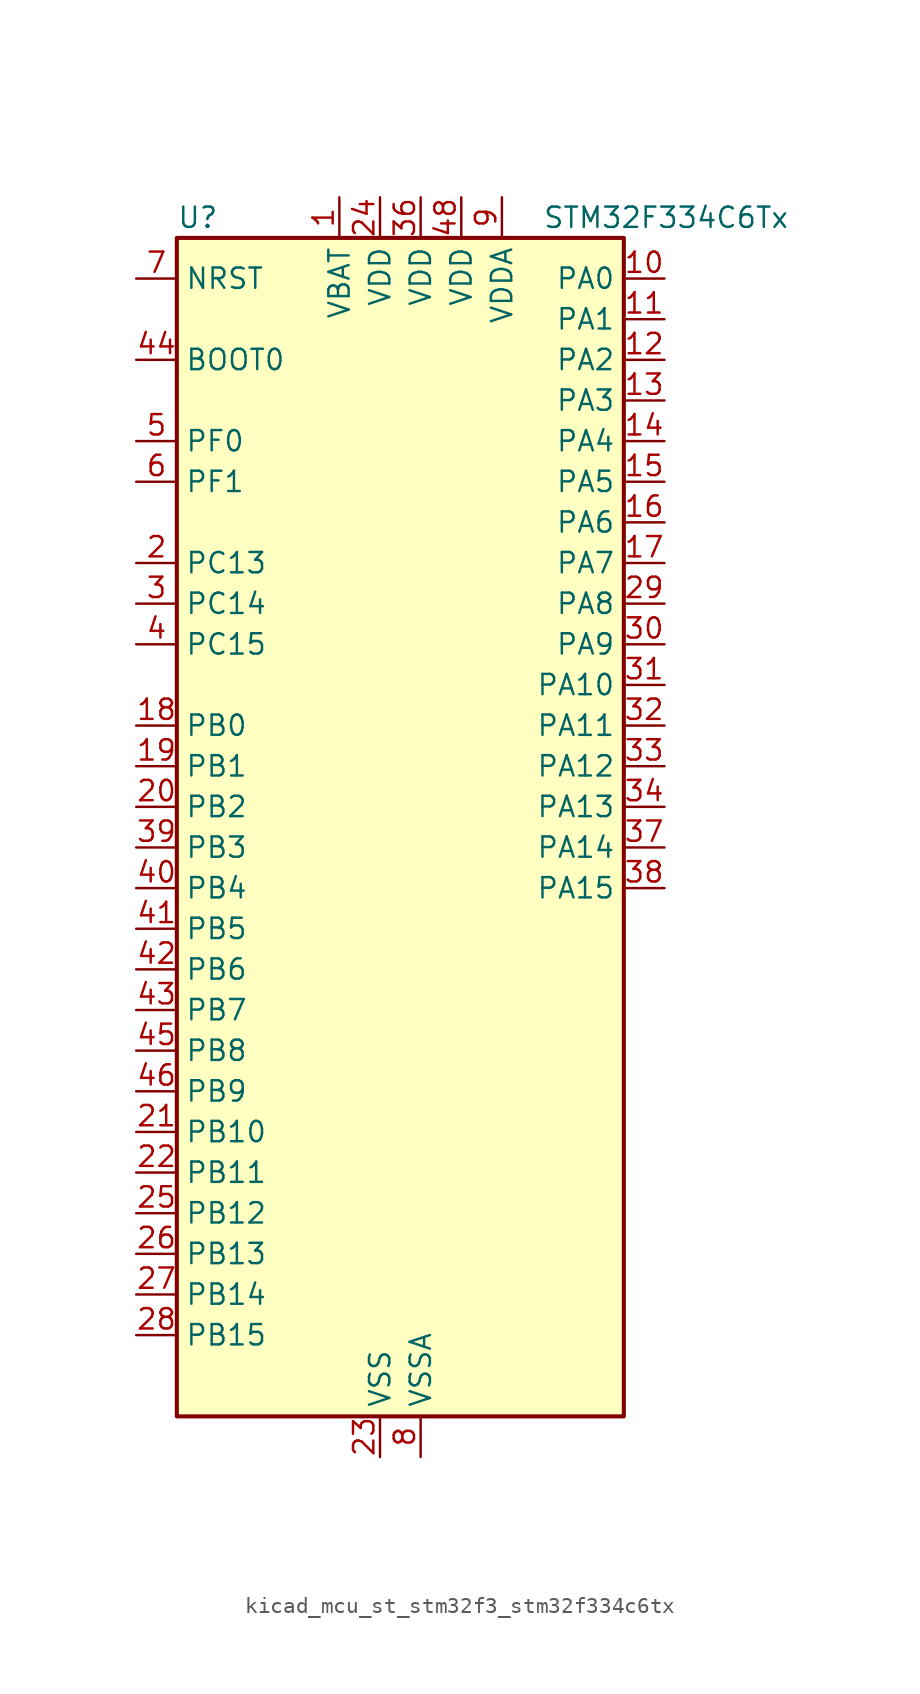
<source format=kicad_sym>
(kicad_symbol_lib
  (version 20220914)
  (generator kicad_symbol_editor)
  (symbol "kicad_mcu_st_stm32f3_stm32f334c6tx"
    (property "Reference" "U"
      (at -12.7 39.37 0)
      (effects (font (size 1.27 1.27)) (justify left)))
    (property "Value" "STM32F334C6Tx"
      (at 10.16 39.37 0)
      (effects (font (size 1.27 1.27)) (justify left)))
    (property "ki_locked" ""
      (at 0 0 0)
      (effects (font (size 1.27 1.27))))
    (symbol "kicad_mcu_st_stm32f3_stm32f334c6tx_0_1"
      (rectangle (start -12.7 -35.56) (end 15.24 38.1) (stroke (width 0.254) (type default)) (fill (type background))))
    (symbol "kicad_mcu_st_stm32f3_stm32f334c6tx_1_1"
      (pin power_in line (at -2.54 40.64 270) (length 2.54) (name "VBAT" (effects (font (size 1.27 1.27)))) (number "1" (effects (font (size 1.27 1.27)))))
      (pin bidirectional line (at 17.78 35.56 180) (length 2.54) (name "PA0" (effects (font (size 1.27 1.27)))) (number "10" (effects (font (size 1.27 1.27)))) (alternate "ADC1_IN1" bidirectional line) (alternate "RTC_TAMP2" bidirectional line) (alternate "SYS_WKUP1" bidirectional line) (alternate "TIM2_CH1" bidirectional line) (alternate "TIM2_ETR" bidirectional line) (alternate "TSC_G1_IO1" bidirectional line) (alternate "USART2_CTS" bidirectional line))
      (pin bidirectional line (at 17.78 33.02 180) (length 2.54) (name "PA1" (effects (font (size 1.27 1.27)))) (number "11" (effects (font (size 1.27 1.27)))) (alternate "ADC1_IN2" bidirectional line) (alternate "RTC_REFIN" bidirectional line) (alternate "TIM15_CH1N" bidirectional line) (alternate "TIM2_CH2" bidirectional line) (alternate "TSC_G1_IO2" bidirectional line) (alternate "USART2_DE" bidirectional line) (alternate "USART2_RTS" bidirectional line))
      (pin bidirectional line (at 17.78 30.48 180) (length 2.54) (name "PA2" (effects (font (size 1.27 1.27)))) (number "12" (effects (font (size 1.27 1.27)))) (alternate "ADC1_IN3" bidirectional line) (alternate "COMP2_INM" bidirectional line) (alternate "COMP2_OUT" bidirectional line) (alternate "TIM15_CH1" bidirectional line) (alternate "TIM2_CH3" bidirectional line) (alternate "TSC_G1_IO3" bidirectional line) (alternate "USART2_TX" bidirectional line))
      (pin bidirectional line (at 17.78 27.94 180) (length 2.54) (name "PA3" (effects (font (size 1.27 1.27)))) (number "13" (effects (font (size 1.27 1.27)))) (alternate "ADC1_IN4" bidirectional line) (alternate "TIM15_CH2" bidirectional line) (alternate "TIM2_CH4" bidirectional line) (alternate "TSC_G1_IO4" bidirectional line) (alternate "USART2_RX" bidirectional line))
      (pin bidirectional line (at 17.78 25.4 180) (length 2.54) (name "PA4" (effects (font (size 1.27 1.27)))) (number "14" (effects (font (size 1.27 1.27)))) (alternate "ADC2_IN1" bidirectional line) (alternate "COMP2_INM" bidirectional line) (alternate "COMP4_INM" bidirectional line) (alternate "COMP6_INM" bidirectional line) (alternate "DAC1_OUT1" bidirectional line) (alternate "SPI1_NSS" bidirectional line) (alternate "TIM3_CH2" bidirectional line) (alternate "TSC_G2_IO1" bidirectional line) (alternate "USART2_CK" bidirectional line))
      (pin bidirectional line (at 17.78 22.86 180) (length 2.54) (name "PA5" (effects (font (size 1.27 1.27)))) (number "15" (effects (font (size 1.27 1.27)))) (alternate "ADC2_IN2" bidirectional line) (alternate "DAC1_OUT2" bidirectional line) (alternate "OPAMP2_VINM" bidirectional line) (alternate "OPAMP2_VINM_SEC" bidirectional line) (alternate "SPI1_SCK" bidirectional line) (alternate "TIM2_CH1" bidirectional line) (alternate "TIM2_ETR" bidirectional line) (alternate "TSC_G2_IO2" bidirectional line))
      (pin bidirectional line (at 17.78 20.32 180) (length 2.54) (name "PA6" (effects (font (size 1.27 1.27)))) (number "16" (effects (font (size 1.27 1.27)))) (alternate "ADC2_IN3" bidirectional line) (alternate "DAC2_OUT1" bidirectional line) (alternate "OPAMP2_DIG" bidirectional line) (alternate "OPAMP2_VOUT" bidirectional line) (alternate "SPI1_MISO" bidirectional line) (alternate "TIM16_CH1" bidirectional line) (alternate "TIM1_BKIN" bidirectional line) (alternate "TIM3_CH1" bidirectional line) (alternate "TSC_G2_IO3" bidirectional line))
      (pin bidirectional line (at 17.78 17.78 180) (length 2.54) (name "PA7" (effects (font (size 1.27 1.27)))) (number "17" (effects (font (size 1.27 1.27)))) (alternate "ADC2_IN4" bidirectional line) (alternate "COMP2_INP" bidirectional line) (alternate "OPAMP2_VINP" bidirectional line) (alternate "OPAMP2_VINP_SEC" bidirectional line) (alternate "SPI1_MOSI" bidirectional line) (alternate "TIM17_CH1" bidirectional line) (alternate "TIM1_CH1N" bidirectional line) (alternate "TIM3_CH2" bidirectional line) (alternate "TSC_G2_IO4" bidirectional line))
      (pin bidirectional line (at -15.24 7.62 0) (length 2.54) (name "PB0" (effects (font (size 1.27 1.27)))) (number "18" (effects (font (size 1.27 1.27)))) (alternate "ADC1_IN11" bidirectional line) (alternate "COMP4_INP" bidirectional line) (alternate "OPAMP2_VINP" bidirectional line) (alternate "OPAMP2_VINP_SEC" bidirectional line) (alternate "TIM1_CH2N" bidirectional line) (alternate "TIM3_CH3" bidirectional line) (alternate "TSC_G3_IO2" bidirectional line))
      (pin bidirectional line (at -15.24 5.08 0) (length 2.54) (name "PB1" (effects (font (size 1.27 1.27)))) (number "19" (effects (font (size 1.27 1.27)))) (alternate "ADC1_IN12" bidirectional line) (alternate "COMP4_OUT" bidirectional line) (alternate "HRTIM1_SCOUT" bidirectional line) (alternate "TIM1_CH3N" bidirectional line) (alternate "TIM3_CH4" bidirectional line) (alternate "TSC_G3_IO3" bidirectional line))
      (pin bidirectional line (at -15.24 17.78 0) (length 2.54) (name "PC13" (effects (font (size 1.27 1.27)))) (number "2" (effects (font (size 1.27 1.27)))) (alternate "RTC_OUT_ALARM" bidirectional line) (alternate "RTC_OUT_CALIB" bidirectional line) (alternate "RTC_TAMP1" bidirectional line) (alternate "RTC_TS" bidirectional line) (alternate "SYS_WKUP2" bidirectional line) (alternate "TIM1_CH1N" bidirectional line))
      (pin bidirectional line (at -15.24 2.54 0) (length 2.54) (name "PB2" (effects (font (size 1.27 1.27)))) (number "20" (effects (font (size 1.27 1.27)))) (alternate "ADC2_IN12" bidirectional line) (alternate "COMP4_INM" bidirectional line) (alternate "HRTIM1_SCIN" bidirectional line) (alternate "TSC_G3_IO4" bidirectional line))
      (pin bidirectional line (at -15.24 -17.78 0) (length 2.54) (name "PB10" (effects (font (size 1.27 1.27)))) (number "21" (effects (font (size 1.27 1.27)))) (alternate "HRTIM1_FLT3" bidirectional line) (alternate "TIM2_CH3" bidirectional line) (alternate "TSC_SYNC" bidirectional line) (alternate "USART3_TX" bidirectional line))
      (pin bidirectional line (at -15.24 -20.32 0) (length 2.54) (name "PB11" (effects (font (size 1.27 1.27)))) (number "22" (effects (font (size 1.27 1.27)))) (alternate "ADC1_EXTI11" bidirectional line) (alternate "ADC2_EXTI11" bidirectional line) (alternate "COMP6_INP" bidirectional line) (alternate "HRTIM1_FLT4" bidirectional line) (alternate "TIM2_CH4" bidirectional line) (alternate "TSC_G6_IO1" bidirectional line) (alternate "USART3_RX" bidirectional line))
      (pin power_in line (at 0 -38.1 90) (length 2.54) (name "VSS" (effects (font (size 1.27 1.27)))) (number "23" (effects (font (size 1.27 1.27)))))
      (pin power_in line (at 0 40.64 270) (length 2.54) (name "VDD" (effects (font (size 1.27 1.27)))) (number "24" (effects (font (size 1.27 1.27)))))
      (pin bidirectional line (at -15.24 -22.86 0) (length 2.54) (name "PB12" (effects (font (size 1.27 1.27)))) (number "25" (effects (font (size 1.27 1.27)))) (alternate "ADC2_IN13" bidirectional line) (alternate "HRTIM1_CHC1" bidirectional line) (alternate "TIM1_BKIN" bidirectional line) (alternate "TSC_G6_IO2" bidirectional line) (alternate "USART3_CK" bidirectional line))
      (pin bidirectional line (at -15.24 -25.4 0) (length 2.54) (name "PB13" (effects (font (size 1.27 1.27)))) (number "26" (effects (font (size 1.27 1.27)))) (alternate "ADC1_IN13" bidirectional line) (alternate "HRTIM1_CHC2" bidirectional line) (alternate "TIM1_CH1N" bidirectional line) (alternate "TSC_G6_IO3" bidirectional line) (alternate "USART3_CTS" bidirectional line))
      (pin bidirectional line (at -15.24 -27.94 0) (length 2.54) (name "PB14" (effects (font (size 1.27 1.27)))) (number "27" (effects (font (size 1.27 1.27)))) (alternate "ADC2_IN14" bidirectional line) (alternate "HRTIM1_CHD1" bidirectional line) (alternate "OPAMP2_VINP" bidirectional line) (alternate "OPAMP2_VINP_SEC" bidirectional line) (alternate "TIM15_CH1" bidirectional line) (alternate "TIM1_CH2N" bidirectional line) (alternate "TSC_G6_IO4" bidirectional line) (alternate "USART3_DE" bidirectional line) (alternate "USART3_RTS" bidirectional line))
      (pin bidirectional line (at -15.24 -30.48 0) (length 2.54) (name "PB15" (effects (font (size 1.27 1.27)))) (number "28" (effects (font (size 1.27 1.27)))) (alternate "ADC1_EXTI15" bidirectional line) (alternate "ADC2_EXTI15" bidirectional line) (alternate "ADC2_IN15" bidirectional line) (alternate "COMP6_INM" bidirectional line) (alternate "HRTIM1_CHD2" bidirectional line) (alternate "RTC_REFIN" bidirectional line) (alternate "TIM15_CH1N" bidirectional line) (alternate "TIM15_CH2" bidirectional line) (alternate "TIM1_CH3N" bidirectional line))
      (pin bidirectional line (at 17.78 15.24 180) (length 2.54) (name "PA8" (effects (font (size 1.27 1.27)))) (number "29" (effects (font (size 1.27 1.27)))) (alternate "HRTIM1_CHA1" bidirectional line) (alternate "RCC_MCO" bidirectional line) (alternate "TIM1_CH1" bidirectional line) (alternate "USART1_CK" bidirectional line))
      (pin bidirectional line (at -15.24 15.24 0) (length 2.54) (name "PC14" (effects (font (size 1.27 1.27)))) (number "3" (effects (font (size 1.27 1.27)))) (alternate "RCC_OSC32_IN" bidirectional line))
      (pin bidirectional line (at 17.78 12.7 180) (length 2.54) (name "PA9" (effects (font (size 1.27 1.27)))) (number "30" (effects (font (size 1.27 1.27)))) (alternate "DAC1_EXTI9" bidirectional line) (alternate "DAC2_EXTI9" bidirectional line) (alternate "HRTIM1_CHA2" bidirectional line) (alternate "TIM15_BKIN" bidirectional line) (alternate "TIM1_CH2" bidirectional line) (alternate "TIM2_CH3" bidirectional line) (alternate "TSC_G4_IO1" bidirectional line) (alternate "USART1_TX" bidirectional line))
      (pin bidirectional line (at 17.78 10.16 180) (length 2.54) (name "PA10" (effects (font (size 1.27 1.27)))) (number "31" (effects (font (size 1.27 1.27)))) (alternate "COMP6_OUT" bidirectional line) (alternate "HRTIM1_CHB1" bidirectional line) (alternate "TIM17_BKIN" bidirectional line) (alternate "TIM1_CH3" bidirectional line) (alternate "TIM2_CH4" bidirectional line) (alternate "TSC_G4_IO2" bidirectional line) (alternate "USART1_RX" bidirectional line))
      (pin bidirectional line (at 17.78 7.62 180) (length 2.54) (name "PA11" (effects (font (size 1.27 1.27)))) (number "32" (effects (font (size 1.27 1.27)))) (alternate "ADC1_EXTI11" bidirectional line) (alternate "ADC2_EXTI11" bidirectional line) (alternate "CAN_RX" bidirectional line) (alternate "HRTIM1_CHB2" bidirectional line) (alternate "TIM1_BKIN2" bidirectional line) (alternate "TIM1_CH1N" bidirectional line) (alternate "TIM1_CH4" bidirectional line) (alternate "USART1_CTS" bidirectional line))
      (pin bidirectional line (at 17.78 5.08 180) (length 2.54) (name "PA12" (effects (font (size 1.27 1.27)))) (number "33" (effects (font (size 1.27 1.27)))) (alternate "CAN_TX" bidirectional line) (alternate "COMP2_OUT" bidirectional line) (alternate "HRTIM1_FLT1" bidirectional line) (alternate "TIM16_CH1" bidirectional line) (alternate "TIM1_CH2N" bidirectional line) (alternate "TIM1_ETR" bidirectional line) (alternate "USART1_DE" bidirectional line) (alternate "USART1_RTS" bidirectional line))
      (pin bidirectional line (at 17.78 2.54 180) (length 2.54) (name "PA13" (effects (font (size 1.27 1.27)))) (number "34" (effects (font (size 1.27 1.27)))) (alternate "IR_OUT" bidirectional line) (alternate "SYS_JTMS-SWDIO" bidirectional line) (alternate "TIM16_CH1N" bidirectional line) (alternate "TSC_G4_IO3" bidirectional line) (alternate "USART3_CTS" bidirectional line))
      (pin passive line (at 0 -38.1 90) (length 2.54) hide (name "VSS" (effects (font (size 1.27 1.27)))) (number "35" (effects (font (size 1.27 1.27)))))
      (pin power_in line (at 2.54 40.64 270) (length 2.54) (name "VDD" (effects (font (size 1.27 1.27)))) (number "36" (effects (font (size 1.27 1.27)))))
      (pin bidirectional line (at 17.78 0 180) (length 2.54) (name "PA14" (effects (font (size 1.27 1.27)))) (number "37" (effects (font (size 1.27 1.27)))) (alternate "I2C1_SDA" bidirectional line) (alternate "SYS_JTCK-SWCLK" bidirectional line) (alternate "TIM1_BKIN" bidirectional line) (alternate "TSC_G4_IO4" bidirectional line) (alternate "USART2_TX" bidirectional line))
      (pin bidirectional line (at 17.78 -2.54 180) (length 2.54) (name "PA15" (effects (font (size 1.27 1.27)))) (number "38" (effects (font (size 1.27 1.27)))) (alternate "ADC1_EXTI15" bidirectional line) (alternate "ADC2_EXTI15" bidirectional line) (alternate "HRTIM1_FLT2" bidirectional line) (alternate "I2C1_SCL" bidirectional line) (alternate "SPI1_NSS" bidirectional line) (alternate "SYS_JTDI" bidirectional line) (alternate "TIM1_BKIN" bidirectional line) (alternate "TIM2_CH1" bidirectional line) (alternate "TIM2_ETR" bidirectional line) (alternate "TSC_SYNC" bidirectional line) (alternate "USART2_RX" bidirectional line))
      (pin bidirectional line (at -15.24 0 0) (length 2.54) (name "PB3" (effects (font (size 1.27 1.27)))) (number "39" (effects (font (size 1.27 1.27)))) (alternate "HRTIM1_EEV9" bidirectional line) (alternate "HRTIM1_SCOUT" bidirectional line) (alternate "SPI1_SCK" bidirectional line) (alternate "SYS_JTDO-TRACESWO" bidirectional line) (alternate "TIM2_CH2" bidirectional line) (alternate "TIM3_ETR" bidirectional line) (alternate "TSC_G5_IO1" bidirectional line) (alternate "USART2_TX" bidirectional line))
      (pin bidirectional line (at -15.24 12.7 0) (length 2.54) (name "PC15" (effects (font (size 1.27 1.27)))) (number "4" (effects (font (size 1.27 1.27)))) (alternate "ADC1_EXTI15" bidirectional line) (alternate "ADC2_EXTI15" bidirectional line) (alternate "RCC_OSC32_OUT" bidirectional line))
      (pin bidirectional line (at -15.24 -2.54 0) (length 2.54) (name "PB4" (effects (font (size 1.27 1.27)))) (number "40" (effects (font (size 1.27 1.27)))) (alternate "HRTIM1_EEV7" bidirectional line) (alternate "SPI1_MISO" bidirectional line) (alternate "SYS_NJTRST" bidirectional line) (alternate "TIM16_CH1" bidirectional line) (alternate "TIM17_BKIN" bidirectional line) (alternate "TIM3_CH1" bidirectional line) (alternate "TSC_G5_IO2" bidirectional line) (alternate "USART2_RX" bidirectional line))
      (pin bidirectional line (at -15.24 -5.08 0) (length 2.54) (name "PB5" (effects (font (size 1.27 1.27)))) (number "41" (effects (font (size 1.27 1.27)))) (alternate "HRTIM1_EEV6" bidirectional line) (alternate "I2C1_SMBA" bidirectional line) (alternate "SPI1_MOSI" bidirectional line) (alternate "TIM16_BKIN" bidirectional line) (alternate "TIM17_CH1" bidirectional line) (alternate "TIM3_CH2" bidirectional line) (alternate "USART2_CK" bidirectional line))
      (pin bidirectional line (at -15.24 -7.62 0) (length 2.54) (name "PB6" (effects (font (size 1.27 1.27)))) (number "42" (effects (font (size 1.27 1.27)))) (alternate "HRTIM1_EEV4" bidirectional line) (alternate "HRTIM1_SCIN" bidirectional line) (alternate "I2C1_SCL" bidirectional line) (alternate "TIM16_CH1N" bidirectional line) (alternate "TSC_G5_IO3" bidirectional line) (alternate "USART1_TX" bidirectional line))
      (pin bidirectional line (at -15.24 -10.16 0) (length 2.54) (name "PB7" (effects (font (size 1.27 1.27)))) (number "43" (effects (font (size 1.27 1.27)))) (alternate "HRTIM1_EEV3" bidirectional line) (alternate "I2C1_SDA" bidirectional line) (alternate "TIM17_CH1N" bidirectional line) (alternate "TIM3_CH4" bidirectional line) (alternate "TSC_G5_IO4" bidirectional line) (alternate "USART1_RX" bidirectional line))
      (pin input line (at -15.24 30.48 0) (length 2.54) (name "BOOT0" (effects (font (size 1.27 1.27)))) (number "44" (effects (font (size 1.27 1.27)))))
      (pin bidirectional line (at -15.24 -12.7 0) (length 2.54) (name "PB8" (effects (font (size 1.27 1.27)))) (number "45" (effects (font (size 1.27 1.27)))) (alternate "CAN_RX" bidirectional line) (alternate "HRTIM1_EEV8" bidirectional line) (alternate "I2C1_SCL" bidirectional line) (alternate "TIM16_CH1" bidirectional line) (alternate "TIM1_BKIN" bidirectional line) (alternate "TSC_SYNC" bidirectional line) (alternate "USART3_RX" bidirectional line))
      (pin bidirectional line (at -15.24 -15.24 0) (length 2.54) (name "PB9" (effects (font (size 1.27 1.27)))) (number "46" (effects (font (size 1.27 1.27)))) (alternate "CAN_TX" bidirectional line) (alternate "COMP2_OUT" bidirectional line) (alternate "DAC1_EXTI9" bidirectional line) (alternate "DAC2_EXTI9" bidirectional line) (alternate "HRTIM1_EEV5" bidirectional line) (alternate "I2C1_SDA" bidirectional line) (alternate "IR_OUT" bidirectional line) (alternate "TIM17_CH1" bidirectional line) (alternate "USART3_TX" bidirectional line))
      (pin passive line (at 0 -38.1 90) (length 2.54) hide (name "VSS" (effects (font (size 1.27 1.27)))) (number "47" (effects (font (size 1.27 1.27)))))
      (pin power_in line (at 5.08 40.64 270) (length 2.54) (name "VDD" (effects (font (size 1.27 1.27)))) (number "48" (effects (font (size 1.27 1.27)))))
      (pin bidirectional line (at -15.24 25.4 0) (length 2.54) (name "PF0" (effects (font (size 1.27 1.27)))) (number "5" (effects (font (size 1.27 1.27)))) (alternate "RCC_OSC_IN" bidirectional line) (alternate "TIM1_CH3N" bidirectional line))
      (pin bidirectional line (at -15.24 22.86 0) (length 2.54) (name "PF1" (effects (font (size 1.27 1.27)))) (number "6" (effects (font (size 1.27 1.27)))) (alternate "RCC_OSC_OUT" bidirectional line))
      (pin input line (at -15.24 35.56 0) (length 2.54) (name "NRST" (effects (font (size 1.27 1.27)))) (number "7" (effects (font (size 1.27 1.27)))))
      (pin power_in line (at 2.54 -38.1 90) (length 2.54) (name "VSSA" (effects (font (size 1.27 1.27)))) (number "8" (effects (font (size 1.27 1.27)))))
      (pin power_in line (at 7.62 40.64 270) (length 2.54) (name "VDDA" (effects (font (size 1.27 1.27)))) (number "9" (effects (font (size 1.27 1.27))))))))
</source>
